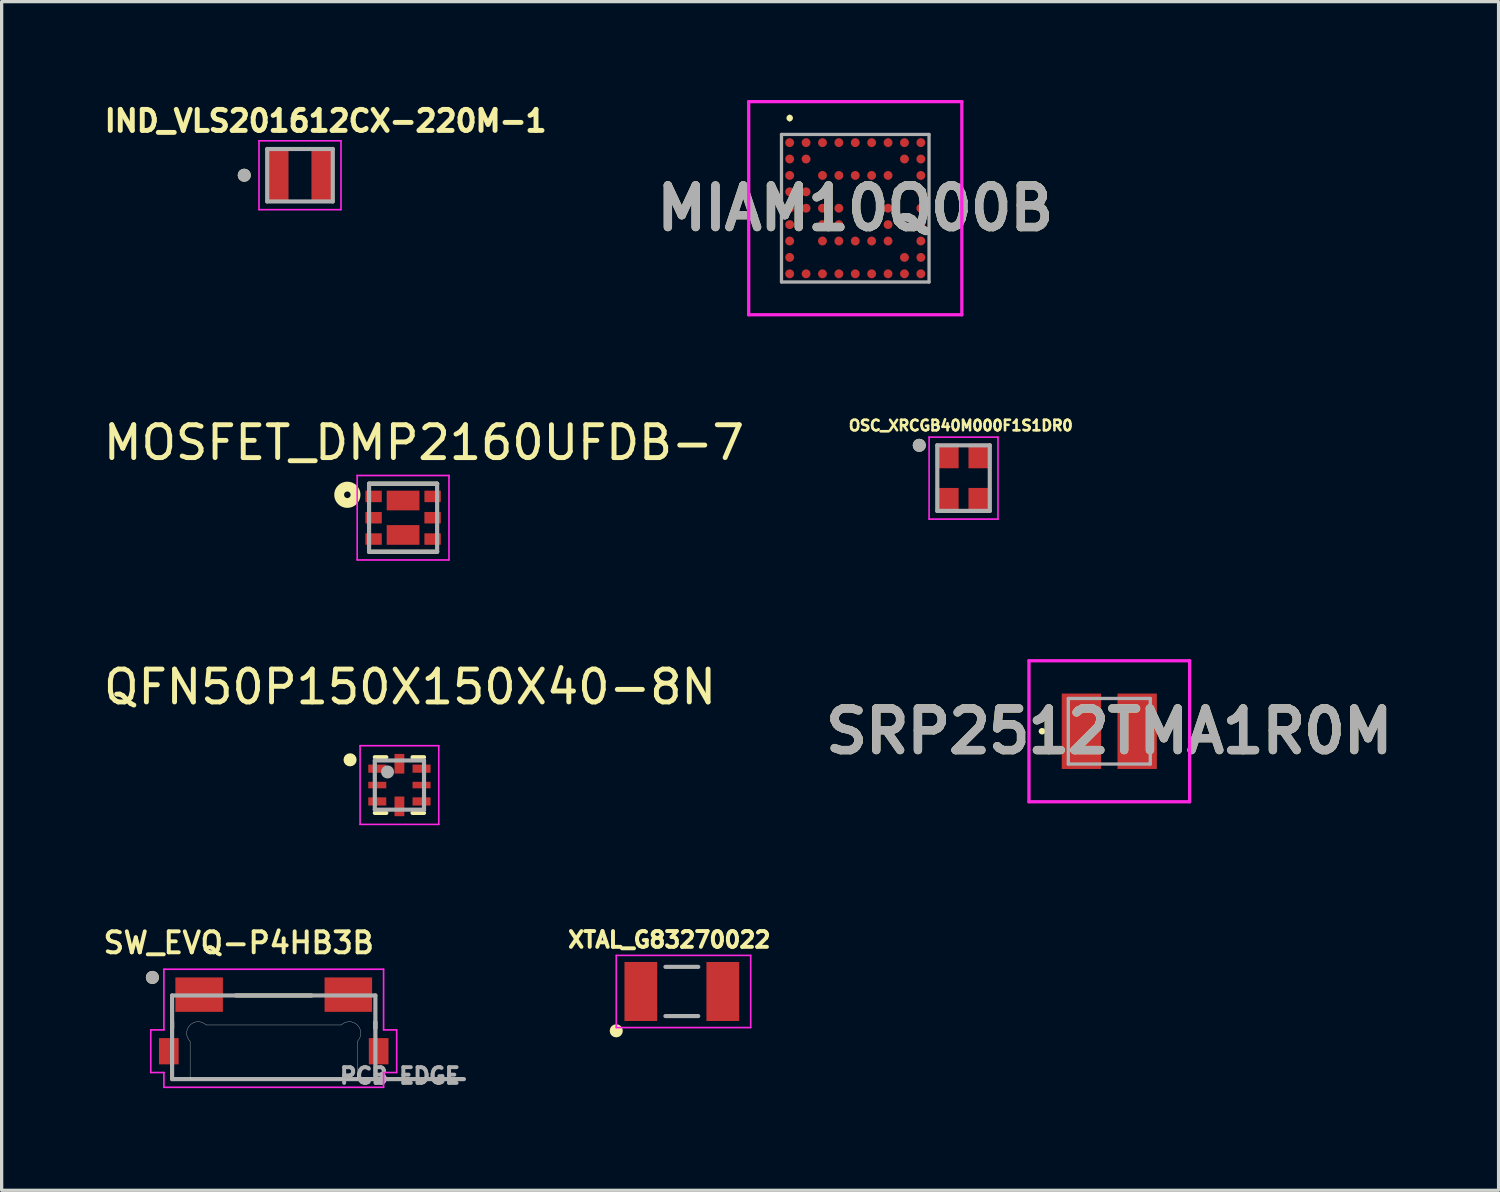
<source format=kicad_pcb>
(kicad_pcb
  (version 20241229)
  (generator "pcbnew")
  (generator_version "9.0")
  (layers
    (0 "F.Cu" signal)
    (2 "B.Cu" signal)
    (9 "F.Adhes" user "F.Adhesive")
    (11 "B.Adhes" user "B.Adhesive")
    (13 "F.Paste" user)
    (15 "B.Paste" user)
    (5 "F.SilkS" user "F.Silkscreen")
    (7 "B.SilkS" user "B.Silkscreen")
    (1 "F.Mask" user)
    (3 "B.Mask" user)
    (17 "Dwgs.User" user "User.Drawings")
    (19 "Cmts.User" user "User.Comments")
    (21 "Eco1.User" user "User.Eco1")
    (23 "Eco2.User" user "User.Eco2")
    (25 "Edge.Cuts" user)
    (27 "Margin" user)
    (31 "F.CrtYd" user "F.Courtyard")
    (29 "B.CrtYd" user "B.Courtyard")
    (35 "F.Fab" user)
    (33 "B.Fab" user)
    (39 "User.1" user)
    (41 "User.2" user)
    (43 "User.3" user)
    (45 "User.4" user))
  (footprint "XTAL_G83270022"
    (layer "F.Cu")
    (at 17.744 27.187)
    (property "Reference" "XTAL_G83270022" (at -0.382 -1.578 0) (layer "F.SilkS") (effects (font (size 0.481 0.481) (thickness 0.15))))
    (attr smd)
    (fp_circle (center -2 1.2) (end -1.9 1.2) (stroke (width 0.2) (type solid)) (fill no) (layer "F.SilkS"))
    (fp_line (start -2 -1.1) (end 2.1 -1.1) (stroke (width 0.05) (type solid)) (layer "F.CrtYd"))
    (fp_line (start -2 1.1) (end -2 -1.1) (stroke (width 0.05) (type solid)) (layer "F.CrtYd"))
    (fp_line (start 2.1 -1.1) (end 2.1 1.1) (stroke (width 0.05) (type solid)) (layer "F.CrtYd"))
    (fp_line (start 2.1 1.1) (end -2 1.1) (stroke (width 0.05) (type solid)) (layer "F.CrtYd"))
    (fp_line (start -0.5 -0.75) (end 0.5 -0.75) (stroke (width 0.127) (type solid)) (layer "F.Fab"))
    (fp_line (start -0.5 0.75) (end 0.5 0.75) (stroke (width 0.127) (type solid)) (layer "F.Fab"))
    (pad "1" smd rect (at -1.25 0) (size 1 1.8) (layers "F.Cu" "F.Mask" "F.Paste"))
    (pad "2" smd rect (at 1.25 0) (size 1 1.8) (layers "F.Cu" "F.Mask" "F.Paste")))
  (footprint "MOSFET_DMP2160UFDB-7"
    (layer "F.Cu")
    (at 9.243 12.739)
    (property "Reference" "MOSFET_DMP2160UFDB-7" (at 0.636 -2.29 0) (layer "F.SilkS") (effects (font (size 1.002 1.002) (thickness 0.15))))
    (attr smd)
    (fp_line (start -1.038 -1.038) (end 1.038 -1.038) (stroke (width 0.127) (type solid)) (layer "F.SilkS"))
    (fp_line (start 1.038 1.038) (end -1.038 1.038) (stroke (width 0.127) (type solid)) (layer "F.SilkS"))
    (fp_circle (center -1.7 -0.7) (end -1.6 -0.7) (stroke (width 0.3) (type solid)) (fill no) (layer "F.SilkS"))
    (fp_line (start -1.4 -1.288) (end 1.4 -1.288) (stroke (width 0.05) (type solid)) (layer "F.CrtYd"))
    (fp_line (start -1.4 1.288) (end -1.4 -1.288) (stroke (width 0.05) (type solid)) (layer "F.CrtYd"))
    (fp_line (start 1.4 -1.288) (end 1.4 1.288) (stroke (width 0.05) (type solid)) (layer "F.CrtYd"))
    (fp_line (start 1.4 1.288) (end -1.4 1.288) (stroke (width 0.05) (type solid)) (layer "F.CrtYd"))
    (fp_line (start -1.038 -1.038) (end 1.038 -1.038) (stroke (width 0.127) (type solid)) (layer "F.Fab"))
    (fp_line (start -1.038 1.038) (end -1.038 -1.038) (stroke (width 0.127) (type solid)) (layer "F.Fab"))
    (fp_line (start 1.038 -1.038) (end 1.038 1.038) (stroke (width 0.127) (type solid)) (layer "F.Fab"))
    (fp_line (start 1.038 1.038) (end -1.038 1.038) (stroke (width 0.127) (type solid)) (layer "F.Fab"))
    (pad "1" smd rect (at -0.9 -0.65) (size 0.5 0.35) (layers "F.Cu" "F.Mask" "F.Paste"))
    (pad "2" smd rect (at -0.9 0) (size 0.5 0.35) (layers "F.Cu" "F.Mask" "F.Paste"))
    (pad "3" smd rect (at -0.9 0.65) (size 0.5 0.35) (layers "F.Cu" "F.Mask" "F.Paste"))
    (pad "4" smd rect (at 0.9 0.65) (size 0.5 0.35) (layers "F.Cu" "F.Mask" "F.Paste"))
    (pad "5" smd rect (at 0.9 0) (size 0.5 0.35) (layers "F.Cu" "F.Mask" "F.Paste"))
    (pad "6" smd rect (at 0.9 -0.65) (size 0.5 0.35) (layers "F.Cu" "F.Mask" "F.Paste"))
    (pad "7" smd rect (at 0 -0.525 270) (size 0.6 1) (layers "F.Cu" "F.Mask" "F.Paste"))
    (pad "8" smd rect (at 0 0.525 270) (size 0.6 1) (layers "F.Cu" "F.Mask" "F.Paste")))
  (footprint "SW_EVQ-P4HB3B"
    (layer "F.Cu")
    (at 5.298 28.159)
    (property "Reference" "SW_EVQ-P4HB3B" (at -1.068 -2.456 0) (layer "F.SilkS") (effects (font (size 0.64 0.64) (thickness 0.12))))
    (attr smd)
    (fp_line (start -3.1 -0.04) (end -3.1 0.15) (stroke (width 0.127) (type solid)) (layer "F.SilkS"))
    (fp_line (start -1.15 -0.85) (end 1.15 -0.85) (stroke (width 0.127) (type solid)) (layer "F.SilkS"))
    (fp_line (start 3.1 -0.04) (end 3.1 0.15) (stroke (width 0.127) (type solid)) (layer "F.SilkS"))
    (fp_circle (center -3.7 -1.4) (end -3.6 -1.4) (stroke (width 0.2) (type solid)) (fill no) (layer "F.SilkS"))
    (fp_line (start -2.55 1.7) (end -2.55 0.55) (stroke (width 0.01) (type solid)) (layer "Edge.Cuts"))
    (fp_line (start -2.55 1.7) (end 2.55 1.7) (stroke (width 0.01) (type default)) (layer "Edge.Cuts"))
    (fp_line (start 2.06 0.05) (end -2.06 0.05) (stroke (width 0.01) (type solid)) (layer "Edge.Cuts"))
    (fp_line (start 2.55 1.7) (end 2.55 0.55) (stroke (width 0.01) (type solid)) (layer "Edge.Cuts"))
    (fp_arc (start -2.55 0.55) (mid -2.555 0.055) (end -2.06 0.05) (stroke (width 0.01) (type solid)) (layer "Edge.Cuts"))
    (fp_arc (start 2.06 0.05) (mid 2.555 0.055) (end 2.55 0.55) (stroke (width 0.01) (type solid)) (layer "Edge.Cuts"))
    (fp_line (start -3.75 0.2) (end -3.35 0.2) (stroke (width 0.05) (type solid)) (layer "F.CrtYd"))
    (fp_line (start -3.75 1.5) (end -3.75 0.2) (stroke (width 0.05) (type solid)) (layer "F.CrtYd"))
    (fp_line (start -3.35 -1.65) (end 3.35 -1.65) (stroke (width 0.05) (type solid)) (layer "F.CrtYd"))
    (fp_line (start -3.35 0.2) (end -3.35 -1.65) (stroke (width 0.05) (type solid)) (layer "F.CrtYd"))
    (fp_line (start -3.35 1.5) (end -3.75 1.5) (stroke (width 0.05) (type solid)) (layer "F.CrtYd"))
    (fp_line (start -3.35 1.95) (end -3.35 1.5) (stroke (width 0.05) (type solid)) (layer "F.CrtYd"))
    (fp_line (start 3.35 -1.65) (end 3.35 0.2) (stroke (width 0.05) (type solid)) (layer "F.CrtYd"))
    (fp_line (start 3.35 0.2) (end 3.75 0.2) (stroke (width 0.05) (type solid)) (layer "F.CrtYd"))
    (fp_line (start 3.35 1.5) (end 3.35 1.95) (stroke (width 0.05) (type solid)) (layer "F.CrtYd"))
    (fp_line (start 3.35 1.95) (end -3.35 1.95) (stroke (width 0.05) (type solid)) (layer "F.CrtYd"))
    (fp_line (start 3.75 0.2) (end 3.75 1.5) (stroke (width 0.05) (type solid)) (layer "F.CrtYd"))
    (fp_line (start 3.75 1.5) (end 3.35 1.5) (stroke (width 0.05) (type solid)) (layer "F.CrtYd"))
    (fp_line (start -3.1 -0.85) (end -3.1 1.7) (stroke (width 0.127) (type solid)) (layer "F.Fab"))
    (fp_line (start -3.1 1.7) (end 3.1 1.7) (stroke (width 0.127) (type solid)) (layer "F.Fab"))
    (fp_line (start 3.1 -0.85) (end -3.1 -0.85) (stroke (width 0.127) (type solid)) (layer "F.Fab"))
    (fp_line (start 3.1 1.7) (end 3.1 -0.85) (stroke (width 0.127) (type solid)) (layer "F.Fab"))
    (fp_line (start 3.1 1.7) (end 5.8 1.7) (stroke (width 0.127) (type solid)) (layer "F.Fab"))
    (fp_circle (center -3.7 -1.4) (end -3.6 -1.4) (stroke (width 0.2) (type solid)) (fill no) (layer "F.Fab"))
    (fp_text user "PCB EDGE" (at 3.85 1.6 0) (layer "F.Fab") (effects (font (size 0.48 0.48) (thickness 0.12))))
    (pad "1" smd rect (at -2.275 -0.875) (size 1.45 1.05) (layers "F.Cu" "F.Mask" "F.Paste"))
    (pad "2" smd rect (at 2.275 -0.875) (size 1.45 1.05) (layers "F.Cu" "F.Mask" "F.Paste"))
    (pad "3" smd rect (at -3.2 0.85) (size 0.6 0.8) (layers "F.Cu" "F.Mask" "F.Paste"))
    (pad "4" smd rect (at 3.2 0.85) (size 0.6 0.8) (layers "F.Cu" "F.Mask" "F.Paste")))
  (footprint "OSC_XRCGB40M000F1S1DR0"
    (layer "F.Cu")
    (at 26.335 11.531)
    (property "Reference" "OSC_XRCGB40M000F1S1DR0" (at -0.084 -1.603 0) (layer "F.SilkS") (effects (font (size 0.32 0.32) (thickness 0.15))))
    (attr smd)
    (fp_circle (center -1.35 -1) (end -1.25 -1) (stroke (width 0.2) (type solid)) (fill no) (layer "F.SilkS"))
    (fp_line (start -1.05 -1.25) (end 1.05 -1.25) (stroke (width 0.05) (type solid)) (layer "F.CrtYd"))
    (fp_line (start -1.05 1.25) (end -1.05 -1.25) (stroke (width 0.05) (type solid)) (layer "F.CrtYd"))
    (fp_line (start 1.05 -1.25) (end 1.05 1.25) (stroke (width 0.05) (type solid)) (layer "F.CrtYd"))
    (fp_line (start 1.05 1.25) (end -1.05 1.25) (stroke (width 0.05) (type solid)) (layer "F.CrtYd"))
    (fp_line (start -0.8 -1) (end 0.8 -1) (stroke (width 0.127) (type solid)) (layer "F.Fab"))
    (fp_line (start -0.8 1) (end -0.8 -1) (stroke (width 0.127) (type solid)) (layer "F.Fab"))
    (fp_line (start 0.8 -1) (end 0.8 1) (stroke (width 0.127) (type solid)) (layer "F.Fab"))
    (fp_line (start 0.8 1) (end -0.8 1) (stroke (width 0.127) (type solid)) (layer "F.Fab"))
    (fp_circle (center -1.35 -1) (end -1.25 -1) (stroke (width 0.2) (type solid)) (fill no) (layer "F.Fab"))
    (pad "1" smd rect (at -0.5 -0.675) (size 0.7 0.75) (layers "F.Cu" "F.Mask" "F.Paste"))
    (pad "2" smd rect (at -0.5 0.675) (size 0.7 0.75) (layers "F.Cu" "F.Mask" "F.Paste"))
    (pad "3" smd rect (at 0.5 0.675) (size 0.7 0.75) (layers "F.Cu" "F.Mask" "F.Paste"))
    (pad "4" smd rect (at 0.5 -0.675) (size 0.7 0.75) (layers "F.Cu" "F.Mask" "F.Paste")))
  (footprint "MIAM10Q00B"
    (layer "F.Cu")
    (at 23.033 3.3)
    (property "Reference" "MIAM10Q00B" (at 0 0 0) (layer "F.SilkS") (effects (font (size 1.27 1.27) (thickness 0.254))))
    (attr smd)
    (fp_line (start -2 -2.8) (end -2 -2.8) (stroke (width 0.1) (type solid)) (layer "F.SilkS"))
    (fp_line (start -2 -2.7) (end -2 -2.7) (stroke (width 0.1) (type solid)) (layer "F.SilkS"))
    (fp_arc (start -2 -2.8) (mid -1.95 -2.75) (end -2 -2.7) (stroke (width 0.1) (type solid)) (layer "F.SilkS"))
    (fp_arc (start -2 -2.7) (mid -2.05 -2.75) (end -2 -2.8) (stroke (width 0.1) (type solid)) (layer "F.SilkS"))
    (fp_line (start -3.25 -3.25) (end -3.25 3.25) (stroke (width 0.1) (type solid)) (layer "F.CrtYd"))
    (fp_line (start -3.25 3.25) (end 3.25 3.25) (stroke (width 0.1) (type solid)) (layer "F.CrtYd"))
    (fp_line (start 3.25 -3.25) (end -3.25 -3.25) (stroke (width 0.1) (type solid)) (layer "F.CrtYd"))
    (fp_line (start 3.25 3.25) (end 3.25 -3.25) (stroke (width 0.1) (type solid)) (layer "F.CrtYd"))
    (fp_line (start -2.25 -2.25) (end -2.25 2.25) (stroke (width 0.1) (type solid)) (layer "F.Fab"))
    (fp_line (start -2.25 2.25) (end 2.25 2.25) (stroke (width 0.1) (type solid)) (layer "F.Fab"))
    (fp_line (start 2.25 -2.25) (end -2.25 -2.25) (stroke (width 0.1) (type solid)) (layer "F.Fab"))
    (fp_line (start 2.25 2.25) (end 2.25 -2.25) (stroke (width 0.1) (type solid)) (layer "F.Fab"))
    (fp_text user "${REFERENCE}" (at 0 0 0) (layer "F.Fab") (effects (font (size 1.27 1.27) (thickness 0.254))))
    (pad "A1" smd circle (at -2 -2 90) (size 0.27 0.27) (layers "F.Cu" "F.Mask" "F.Paste"))
    (pad "A2" smd circle (at -1.5 -2 90) (size 0.27 0.27) (layers "F.Cu" "F.Mask" "F.Paste"))
    (pad "A3" smd circle (at -1 -2 90) (size 0.27 0.27) (layers "F.Cu" "F.Mask" "F.Paste"))
    (pad "A4" smd circle (at -0.5 -2 90) (size 0.27 0.27) (layers "F.Cu" "F.Mask" "F.Paste"))
    (pad "A5" smd circle (at 0 -2 90) (size 0.27 0.27) (layers "F.Cu" "F.Mask" "F.Paste"))
    (pad "A6" smd circle (at 0.5 -2 90) (size 0.27 0.27) (layers "F.Cu" "F.Mask" "F.Paste"))
    (pad "A7" smd circle (at 1 -2 90) (size 0.27 0.27) (layers "F.Cu" "F.Mask" "F.Paste"))
    (pad "A8" smd circle (at 1.5 -2 90) (size 0.27 0.27) (layers "F.Cu" "F.Mask" "F.Paste"))
    (pad "A9" smd circle (at 2 -2 90) (size 0.27 0.27) (layers "F.Cu" "F.Mask" "F.Paste"))
    (pad "B1" smd circle (at -2 -1.5 90) (size 0.27 0.27) (layers "F.Cu" "F.Mask" "F.Paste"))
    (pad "B2" smd circle (at -1.5 -1.5 90) (size 0.27 0.27) (layers "F.Cu" "F.Mask" "F.Paste"))
    (pad "B8" smd circle (at 1.5 -1.5 90) (size 0.27 0.27) (layers "F.Cu" "F.Mask" "F.Paste"))
    (pad "B9" smd circle (at 2 -1.5 90) (size 0.27 0.27) (layers "F.Cu" "F.Mask" "F.Paste"))
    (pad "C1" smd circle (at -2 -1 90) (size 0.27 0.27) (layers "F.Cu" "F.Mask" "F.Paste"))
    (pad "C3" smd circle (at -1 -1 90) (size 0.27 0.27) (layers "F.Cu" "F.Mask" "F.Paste"))
    (pad "C4" smd circle (at -0.5 -1 90) (size 0.27 0.27) (layers "F.Cu" "F.Mask" "F.Paste"))
    (pad "C5" smd circle (at 0 -1 90) (size 0.27 0.27) (layers "F.Cu" "F.Mask" "F.Paste"))
    (pad "C6" smd circle (at 0.5 -1 90) (size 0.27 0.27) (layers "F.Cu" "F.Mask" "F.Paste"))
    (pad "C7" smd circle (at 1 -1 90) (size 0.27 0.27) (layers "F.Cu" "F.Mask" "F.Paste"))
    (pad "C9" smd circle (at 2 -1 90) (size 0.27 0.27) (layers "F.Cu" "F.Mask" "F.Paste"))
    (pad "D1" smd circle (at -2 -0.5 90) (size 0.27 0.27) (layers "F.Cu" "F.Mask" "F.Paste"))
    (pad "D2" smd circle (at -1.5 -0.5 90) (size 0.27 0.27) (layers "F.Cu" "F.Mask" "F.Paste"))
    (pad "D9" smd circle (at 2 -0.5 90) (size 0.27 0.27) (layers "F.Cu" "F.Mask" "F.Paste"))
    (pad "E1" smd circle (at -2 0 90) (size 0.27 0.27) (layers "F.Cu" "F.Mask" "F.Paste"))
    (pad "E2" smd circle (at -1.5 0 90) (size 0.27 0.27) (layers "F.Cu" "F.Mask" "F.Paste"))
    (pad "E3" smd circle (at -1 0 90) (size 0.27 0.27) (layers "F.Cu" "F.Mask" "F.Paste"))
    (pad "E4" smd circle (at -0.5 0 90) (size 0.27 0.27) (layers "F.Cu" "F.Mask" "F.Paste"))
    (pad "E7" smd circle (at 1 0 90) (size 0.27 0.27) (layers "F.Cu" "F.Mask" "F.Paste"))
    (pad "E9" smd circle (at 2 0 90) (size 0.27 0.27) (layers "F.Cu" "F.Mask" "F.Paste"))
    (pad "F1" smd circle (at -2 0.5 90) (size 0.27 0.27) (layers "F.Cu" "F.Mask" "F.Paste"))
    (pad "F3" smd circle (at -1 0.5 90) (size 0.27 0.27) (layers "F.Cu" "F.Mask" "F.Paste"))
    (pad "F4" smd circle (at -0.5 0.5 90) (size 0.27 0.27) (layers "F.Cu" "F.Mask" "F.Paste"))
    (pad "F7" smd circle (at 1 0.5 90) (size 0.27 0.27) (layers "F.Cu" "F.Mask" "F.Paste"))
    (pad "F9" smd circle (at 2 0.5 90) (size 0.27 0.27) (layers "F.Cu" "F.Mask" "F.Paste"))
    (pad "G1" smd circle (at -2 1 90) (size 0.27 0.27) (layers "F.Cu" "F.Mask" "F.Paste"))
    (pad "G3" smd circle (at -1 1 90) (size 0.27 0.27) (layers "F.Cu" "F.Mask" "F.Paste"))
    (pad "G4" smd circle (at -0.5 1 90) (size 0.27 0.27) (layers "F.Cu" "F.Mask" "F.Paste"))
    (pad "G5" smd circle (at 0 1 90) (size 0.27 0.27) (layers "F.Cu" "F.Mask" "F.Paste"))
    (pad "G6" smd circle (at 0.5 1 90) (size 0.27 0.27) (layers "F.Cu" "F.Mask" "F.Paste"))
    (pad "G7" smd circle (at 1 1 90) (size 0.27 0.27) (layers "F.Cu" "F.Mask" "F.Paste"))
    (pad "G9" smd circle (at 2 1 90) (size 0.27 0.27) (layers "F.Cu" "F.Mask" "F.Paste"))
    (pad "H1" smd circle (at -2 1.5 90) (size 0.27 0.27) (layers "F.Cu" "F.Mask" "F.Paste"))
    (pad "H8" smd circle (at 1.5 1.5 90) (size 0.27 0.27) (layers "F.Cu" "F.Mask" "F.Paste"))
    (pad "H9" smd circle (at 2 1.5 90) (size 0.27 0.27) (layers "F.Cu" "F.Mask" "F.Paste"))
    (pad "J1" smd circle (at -2 2 90) (size 0.27 0.27) (layers "F.Cu" "F.Mask" "F.Paste"))
    (pad "J2" smd circle (at -1.5 2 90) (size 0.27 0.27) (layers "F.Cu" "F.Mask" "F.Paste"))
    (pad "J3" smd circle (at -1 2 90) (size 0.27 0.27) (layers "F.Cu" "F.Mask" "F.Paste"))
    (pad "J4" smd circle (at -0.5 2 90) (size 0.27 0.27) (layers "F.Cu" "F.Mask" "F.Paste"))
    (pad "J5" smd circle (at 0 2 90) (size 0.27 0.27) (layers "F.Cu" "F.Mask" "F.Paste"))
    (pad "J6" smd circle (at 0.5 2 90) (size 0.27 0.27) (layers "F.Cu" "F.Mask" "F.Paste"))
    (pad "J7" smd circle (at 1 2 90) (size 0.27 0.27) (layers "F.Cu" "F.Mask" "F.Paste"))
    (pad "J8" smd circle (at 1.5 2 90) (size 0.27 0.27) (layers "F.Cu" "F.Mask" "F.Paste"))
    (pad "J9" smd circle (at 2 2 90) (size 0.27 0.27) (layers "F.Cu" "F.Mask" "F.Paste")))
  (footprint "QFN50P150X150X40-8N"
    (layer "F.Cu")
    (at 9.131 20.892)
    (property "Reference" "QFN50P150X150X40-8N" (at 0.323 -2.991 0) (layer "F.SilkS") (effects (font (size 1.002 1.002) (thickness 0.15))))
    (attr smd)
    (fp_line (start -0.75 -0.85) (end -0.4 -0.85) (stroke (width 0.127) (type solid)) (layer "F.SilkS"))
    (fp_line (start -0.75 0.85) (end -0.4 0.85) (stroke (width 0.127) (type solid)) (layer "F.SilkS"))
    (fp_line (start 0.75 -0.85) (end 0.4 -0.85) (stroke (width 0.127) (type solid)) (layer "F.SilkS"))
    (fp_line (start 0.75 0.85) (end 0.4 0.85) (stroke (width 0.127) (type solid)) (layer "F.SilkS"))
    (fp_circle (center -1.505 -0.77) (end -1.405 -0.77) (stroke (width 0.2) (type solid)) (fill no) (layer "F.SilkS"))
    (fp_line (start -1.2 -1.2) (end 1.2 -1.2) (stroke (width 0.05) (type solid)) (layer "F.CrtYd"))
    (fp_line (start -1.2 1.2) (end -1.2 -1.2) (stroke (width 0.05) (type solid)) (layer "F.CrtYd"))
    (fp_line (start -1.2 1.2) (end 1.2 1.2) (stroke (width 0.05) (type solid)) (layer "F.CrtYd"))
    (fp_line (start 1.2 1.2) (end 1.2 -1.2) (stroke (width 0.05) (type solid)) (layer "F.CrtYd"))
    (fp_line (start -0.75 0.75) (end -0.75 -0.75) (stroke (width 0.127) (type solid)) (layer "F.Fab"))
    (fp_line (start 0.75 -0.75) (end -0.75 -0.75) (stroke (width 0.127) (type solid)) (layer "F.Fab"))
    (fp_line (start 0.75 0.75) (end -0.75 0.75) (stroke (width 0.127) (type solid)) (layer "F.Fab"))
    (fp_line (start 0.75 0.75) (end 0.75 -0.75) (stroke (width 0.127) (type solid)) (layer "F.Fab"))
    (fp_circle (center -0.362 -0.4) (end -0.262 -0.4) (stroke (width 0.2) (type solid)) (fill no) (layer "F.Fab"))
    (pad "1" smd roundrect (at -0.675 -0.5) (size 0.55 0.25) (layers "F.Cu" "F.Mask" "F.Paste") (roundrect_rratio 0.03))
    (pad "2" smd roundrect (at -0.675 0) (size 0.55 0.2) (layers "F.Cu" "F.Mask" "F.Paste") (roundrect_rratio 0.03))
    (pad "3" smd roundrect (at -0.675 0.5) (size 0.55 0.25) (layers "F.Cu" "F.Mask" "F.Paste") (roundrect_rratio 0.03))
    (pad "4" smd roundrect (at 0 0.65 90) (size 0.6 0.3) (layers "F.Cu" "F.Mask" "F.Paste") (roundrect_rratio 0.04))
    (pad "5" smd roundrect (at 0.675 0.5) (size 0.55 0.25) (layers "F.Cu" "F.Mask" "F.Paste") (roundrect_rratio 0.03))
    (pad "6" smd roundrect (at 0.675 0) (size 0.55 0.2) (layers "F.Cu" "F.Mask" "F.Paste") (roundrect_rratio 0.03))
    (pad "7" smd roundrect (at 0.675 -0.5) (size 0.55 0.25) (layers "F.Cu" "F.Mask" "F.Paste") (roundrect_rratio 0.03))
    (pad "8" smd roundrect (at 0 -0.65 90) (size 0.6 0.3) (layers "F.Cu" "F.Mask" "F.Paste") (roundrect_rratio 0.04)))
  (footprint "SRP2512TMA1R0M"
    (layer "F.Cu")
    (at 30.78 19.251)
    (property "Reference" "SRP2512TMA1R0M" (at 0 0 0) (layer "F.SilkS") (effects (font (size 1.27 1.27) (thickness 0.254))))
    (attr smd)
    (fp_line (start -2.1 0) (end -2.1 0) (stroke (width 0.1) (type solid)) (layer "F.SilkS"))
    (fp_line (start -2 0) (end -2 0) (stroke (width 0.1) (type solid)) (layer "F.SilkS"))
    (fp_arc (start -2.1 0) (mid -2.05 -0.05) (end -2 0) (stroke (width 0.1) (type solid)) (layer "F.SilkS"))
    (fp_arc (start -2 0) (mid -2.05 0.05) (end -2.1 0) (stroke (width 0.1) (type solid)) (layer "F.SilkS"))
    (fp_line (start -2.45 -2.15) (end 2.45 -2.15) (stroke (width 0.1) (type solid)) (layer "F.CrtYd"))
    (fp_line (start -2.45 2.15) (end -2.45 -2.15) (stroke (width 0.1) (type solid)) (layer "F.CrtYd"))
    (fp_line (start 2.45 -2.15) (end 2.45 2.15) (stroke (width 0.1) (type solid)) (layer "F.CrtYd"))
    (fp_line (start 2.45 2.15) (end -2.45 2.15) (stroke (width 0.1) (type solid)) (layer "F.CrtYd"))
    (fp_line (start -1.25 -1) (end -1.25 1) (stroke (width 0.1) (type solid)) (layer "F.Fab"))
    (fp_line (start -1.25 1) (end 1.25 1) (stroke (width 0.1) (type solid)) (layer "F.Fab"))
    (fp_line (start 1.25 -1) (end -1.25 -1) (stroke (width 0.1) (type solid)) (layer "F.Fab"))
    (fp_line (start 1.25 1) (end 1.25 -1) (stroke (width 0.1) (type solid)) (layer "F.Fab"))
    (fp_text user "${REFERENCE}" (at 0 0 0) (layer "F.Fab") (effects (font (size 1.27 1.27) (thickness 0.254))))
    (pad "1" smd rect (at -0.85 0) (size 1.2 2.3) (layers "F.Cu" "F.Mask" "F.Paste"))
    (pad "2" smd rect (at 0.85 0) (size 1.2 2.3) (layers "F.Cu" "F.Mask" "F.Paste")))
  (footprint "IND_VLS201612CX-220M-1"
    (layer "F.Cu")
    (at 6.099 2.294)
    (property "Reference" "IND_VLS201612CX-220M-1" (at 0.782 -1.656 0) (layer "F.SilkS") (effects (font (size 0.64 0.64) (thickness 0.15))))
    (attr smd)
    (fp_circle (center -1.7 0) (end -1.6 0) (stroke (width 0.2) (type solid)) (fill no) (layer "F.SilkS"))
    (fp_line (start -1.25 -1.05) (end 1.25 -1.05) (stroke (width 0.05) (type solid)) (layer "F.CrtYd"))
    (fp_line (start -1.25 1.05) (end -1.25 -1.05) (stroke (width 0.05) (type solid)) (layer "F.CrtYd"))
    (fp_line (start 1.25 -1.05) (end 1.25 1.05) (stroke (width 0.05) (type solid)) (layer "F.CrtYd"))
    (fp_line (start 1.25 1.05) (end -1.25 1.05) (stroke (width 0.05) (type solid)) (layer "F.CrtYd"))
    (fp_line (start -1 -0.8) (end -1 0.8) (stroke (width 0.127) (type solid)) (layer "F.Fab"))
    (fp_line (start -1 0.8) (end 1 0.8) (stroke (width 0.127) (type solid)) (layer "F.Fab"))
    (fp_line (start 1 -0.8) (end -1 -0.8) (stroke (width 0.127) (type solid)) (layer "F.Fab"))
    (fp_line (start 1 0.8) (end 1 -0.8) (stroke (width 0.127) (type solid)) (layer "F.Fab"))
    (fp_circle (center -1.7 0) (end -1.6 0) (stroke (width 0.2) (type solid)) (fill no) (layer "F.Fab"))
    (pad "1" smd rect (at -0.675 0) (size 0.65 1.6) (layers "F.Cu" "F.Mask" "F.Paste"))
    (pad "2" smd rect (at 0.675 0) (size 0.65 1.6) (layers "F.Cu" "F.Mask" "F.Paste")))
  (gr_rect
    (start -3 -3)
    (end 42.652 33.25)
    (stroke (width 0.1) (type default))
    (fill no)
    (layer "Edge.Cuts")))
</source>
